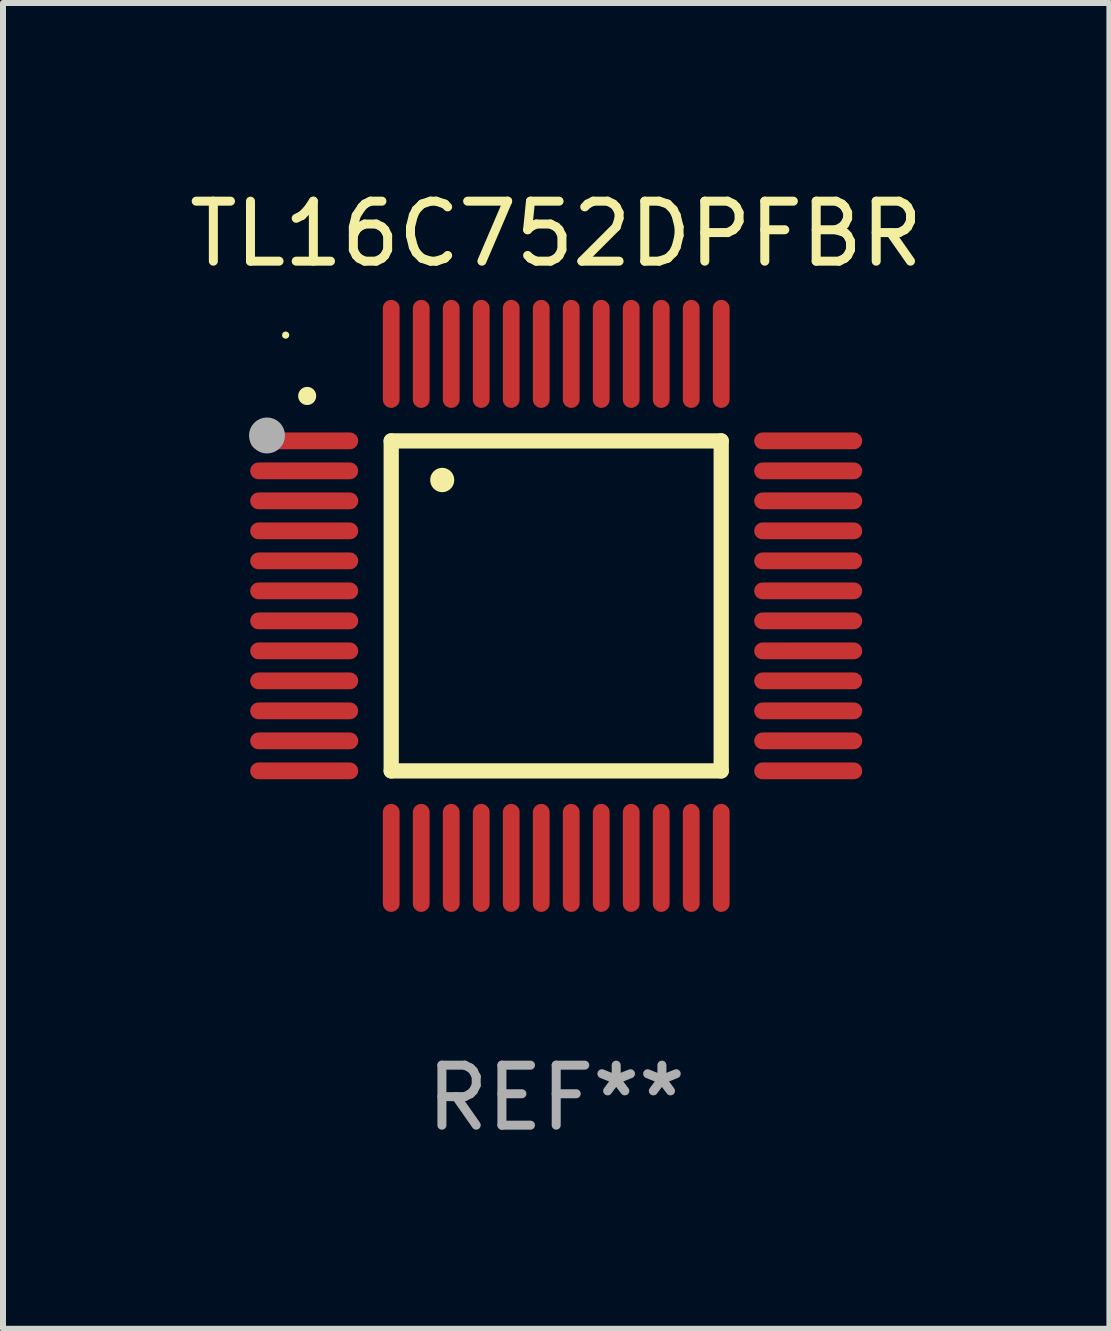
<source format=kicad_pcb>
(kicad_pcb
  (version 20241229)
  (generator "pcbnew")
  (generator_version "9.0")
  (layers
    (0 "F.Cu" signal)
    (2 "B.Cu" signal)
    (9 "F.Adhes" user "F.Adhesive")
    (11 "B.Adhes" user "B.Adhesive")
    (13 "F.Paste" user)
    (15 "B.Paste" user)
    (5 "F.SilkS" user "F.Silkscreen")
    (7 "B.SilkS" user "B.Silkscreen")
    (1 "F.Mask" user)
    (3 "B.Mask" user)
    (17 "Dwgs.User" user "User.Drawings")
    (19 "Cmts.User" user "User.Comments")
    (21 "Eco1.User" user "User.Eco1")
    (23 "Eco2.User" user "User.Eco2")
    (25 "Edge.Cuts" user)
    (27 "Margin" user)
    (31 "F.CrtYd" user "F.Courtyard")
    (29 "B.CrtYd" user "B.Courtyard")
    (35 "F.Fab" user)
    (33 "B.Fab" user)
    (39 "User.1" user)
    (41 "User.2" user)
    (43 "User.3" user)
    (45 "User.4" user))
  (footprint "TL16C752DPFBR"
    (layer "F.Cu")
    (at 6.22 7.048)
    (property "Reference" "TL16C752DPFBR" (at 0 -6.2 0) (layer "F.SilkS") (effects (font (size 1 1) (thickness 0.15))))
    (attr through_hole)
    (fp_line (start -2.75 -2.75) (end 2.75 -2.75) (stroke (width 0.254) (type solid)) (layer "F.SilkS"))
    (fp_line (start -2.75 2.75) (end -2.75 -2.75) (stroke (width 0.254) (type solid)) (layer "F.SilkS"))
    (fp_line (start 2.75 -2.75) (end 2.75 2.75) (stroke (width 0.254) (type solid)) (layer "F.SilkS"))
    (fp_line (start 2.75 2.75) (end -2.75 2.75) (stroke (width 0.254) (type solid)) (layer "F.SilkS"))
    (fp_arc (start -4.150368 -3.497587) (mid -4.150373 -3.498857) (end -4.150368 -3.500127) (stroke (width 0.3) (type solid)) (layer "F.SilkS"))
    (fp_arc (start -1.899924 -2.095504) (mid -1.89994 -2.098044) (end -1.899924 -2.100584) (stroke (width 0.4) (type solid)) (layer "F.SilkS"))
    (fp_circle (center -4.509 -4.513) (end -4.479 -4.513) (stroke (width 0.06) (type solid)) (fill no) (layer "F.SilkS"))
    (fp_circle (center -4.82 -2.84) (end -4.67 -2.84) (stroke (width 0.3) (type solid)) (fill no) (layer "F.Fab"))
    (fp_text user "REF**" (at 0 8.2 0) (layer "F.Fab") (effects (font (size 1 1) (thickness 0.15))))
    (pad "1" smd oval (at -4.2 -2.75 90) (size 0.28 1.8) (layers "F.Cu" "F.Mask" "F.Paste"))
    (pad "2" smd oval (at -4.2 -2.25 90) (size 0.28 1.8) (layers "F.Cu" "F.Mask" "F.Paste"))
    (pad "3" smd oval (at -4.2 -1.75 90) (size 0.28 1.8) (layers "F.Cu" "F.Mask" "F.Paste"))
    (pad "4" smd oval (at -4.2 -1.25 90) (size 0.28 1.8) (layers "F.Cu" "F.Mask" "F.Paste"))
    (pad "5" smd oval (at -4.2 -0.75 90) (size 0.28 1.8) (layers "F.Cu" "F.Mask" "F.Paste"))
    (pad "6" smd oval (at -4.2 -0.25 90) (size 0.28 1.8) (layers "F.Cu" "F.Mask" "F.Paste"))
    (pad "7" smd oval (at -4.2 0.25 90) (size 0.28 1.8) (layers "F.Cu" "F.Mask" "F.Paste"))
    (pad "8" smd oval (at -4.2 0.75 90) (size 0.28 1.8) (layers "F.Cu" "F.Mask" "F.Paste"))
    (pad "9" smd oval (at -4.2 1.25 90) (size 0.28 1.8) (layers "F.Cu" "F.Mask" "F.Paste"))
    (pad "10" smd oval (at -4.2 1.75 90) (size 0.28 1.8) (layers "F.Cu" "F.Mask" "F.Paste"))
    (pad "11" smd oval (at -4.2 2.25 90) (size 0.28 1.8) (layers "F.Cu" "F.Mask" "F.Paste"))
    (pad "12" smd oval (at -4.2 2.75 90) (size 0.28 1.8) (layers "F.Cu" "F.Mask" "F.Paste"))
    (pad "13" smd oval (at -2.75 4.2) (size 0.28 1.8) (layers "F.Cu" "F.Mask" "F.Paste"))
    (pad "14" smd oval (at -2.25 4.2) (size 0.28 1.8) (layers "F.Cu" "F.Mask" "F.Paste"))
    (pad "15" smd oval (at -1.75 4.2) (size 0.28 1.8) (layers "F.Cu" "F.Mask" "F.Paste"))
    (pad "16" smd oval (at -1.25 4.2) (size 0.28 1.8) (layers "F.Cu" "F.Mask" "F.Paste"))
    (pad "17" smd oval (at -0.75 4.2) (size 0.28 1.8) (layers "F.Cu" "F.Mask" "F.Paste"))
    (pad "18" smd oval (at -0.25 4.2) (size 0.28 1.8) (layers "F.Cu" "F.Mask" "F.Paste"))
    (pad "19" smd oval (at 0.25 4.2) (size 0.28 1.8) (layers "F.Cu" "F.Mask" "F.Paste"))
    (pad "20" smd oval (at 0.75 4.2) (size 0.28 1.8) (layers "F.Cu" "F.Mask" "F.Paste"))
    (pad "21" smd oval (at 1.25 4.2) (size 0.28 1.8) (layers "F.Cu" "F.Mask" "F.Paste"))
    (pad "22" smd oval (at 1.75 4.2) (size 0.28 1.8) (layers "F.Cu" "F.Mask" "F.Paste"))
    (pad "23" smd oval (at 2.25 4.2) (size 0.28 1.8) (layers "F.Cu" "F.Mask" "F.Paste"))
    (pad "24" smd oval (at 2.75 4.2) (size 0.28 1.8) (layers "F.Cu" "F.Mask" "F.Paste"))
    (pad "25" smd oval (at 4.2 2.75 90) (size 0.28 1.8) (layers "F.Cu" "F.Mask" "F.Paste"))
    (pad "26" smd oval (at 4.2 2.25 90) (size 0.28 1.8) (layers "F.Cu" "F.Mask" "F.Paste"))
    (pad "27" smd oval (at 4.2 1.75 90) (size 0.28 1.8) (layers "F.Cu" "F.Mask" "F.Paste"))
    (pad "28" smd oval (at 4.2 1.25 90) (size 0.28 1.8) (layers "F.Cu" "F.Mask" "F.Paste"))
    (pad "29" smd oval (at 4.2 0.75 90) (size 0.28 1.8) (layers "F.Cu" "F.Mask" "F.Paste"))
    (pad "30" smd oval (at 4.2 0.25 90) (size 0.28 1.8) (layers "F.Cu" "F.Mask" "F.Paste"))
    (pad "31" smd oval (at 4.2 -0.25 90) (size 0.28 1.8) (layers "F.Cu" "F.Mask" "F.Paste"))
    (pad "32" smd oval (at 4.2 -0.75 90) (size 0.28 1.8) (layers "F.Cu" "F.Mask" "F.Paste"))
    (pad "33" smd oval (at 4.2 -1.25 90) (size 0.28 1.8) (layers "F.Cu" "F.Mask" "F.Paste"))
    (pad "34" smd oval (at 4.2 -1.75 90) (size 0.28 1.8) (layers "F.Cu" "F.Mask" "F.Paste"))
    (pad "35" smd oval (at 4.2 -2.25 90) (size 0.28 1.8) (layers "F.Cu" "F.Mask" "F.Paste"))
    (pad "36" smd oval (at 4.2 -2.75 90) (size 0.28 1.8) (layers "F.Cu" "F.Mask" "F.Paste"))
    (pad "37" smd oval (at 2.75 -4.2) (size 0.28 1.8) (layers "F.Cu" "F.Mask" "F.Paste"))
    (pad "38" smd oval (at 2.25 -4.2) (size 0.28 1.8) (layers "F.Cu" "F.Mask" "F.Paste"))
    (pad "39" smd oval (at 1.75 -4.2) (size 0.28 1.8) (layers "F.Cu" "F.Mask" "F.Paste"))
    (pad "40" smd oval (at 1.25 -4.2) (size 0.28 1.8) (layers "F.Cu" "F.Mask" "F.Paste"))
    (pad "41" smd oval (at 0.75 -4.2) (size 0.28 1.8) (layers "F.Cu" "F.Mask" "F.Paste"))
    (pad "42" smd oval (at 0.25 -4.2) (size 0.28 1.8) (layers "F.Cu" "F.Mask" "F.Paste"))
    (pad "43" smd oval (at -0.25 -4.2) (size 0.28 1.8) (layers "F.Cu" "F.Mask" "F.Paste"))
    (pad "44" smd oval (at -0.75 -4.2) (size 0.28 1.8) (layers "F.Cu" "F.Mask" "F.Paste"))
    (pad "45" smd oval (at -1.25 -4.2) (size 0.28 1.8) (layers "F.Cu" "F.Mask" "F.Paste"))
    (pad "46" smd oval (at -1.75 -4.2) (size 0.28 1.8) (layers "F.Cu" "F.Mask" "F.Paste"))
    (pad "47" smd oval (at -2.25 -4.2) (size 0.28 1.8) (layers "F.Cu" "F.Mask" "F.Paste"))
    (pad "48" smd oval (at -2.75 -4.2) (size 0.28 1.8) (layers "F.Cu" "F.Mask" "F.Paste")))
  (gr_rect
    (start -3 -3)
    (end 15.44 19.097)
    (stroke (width 0.1) (type default))
    (fill no)
    (layer "Edge.Cuts")))
</source>
